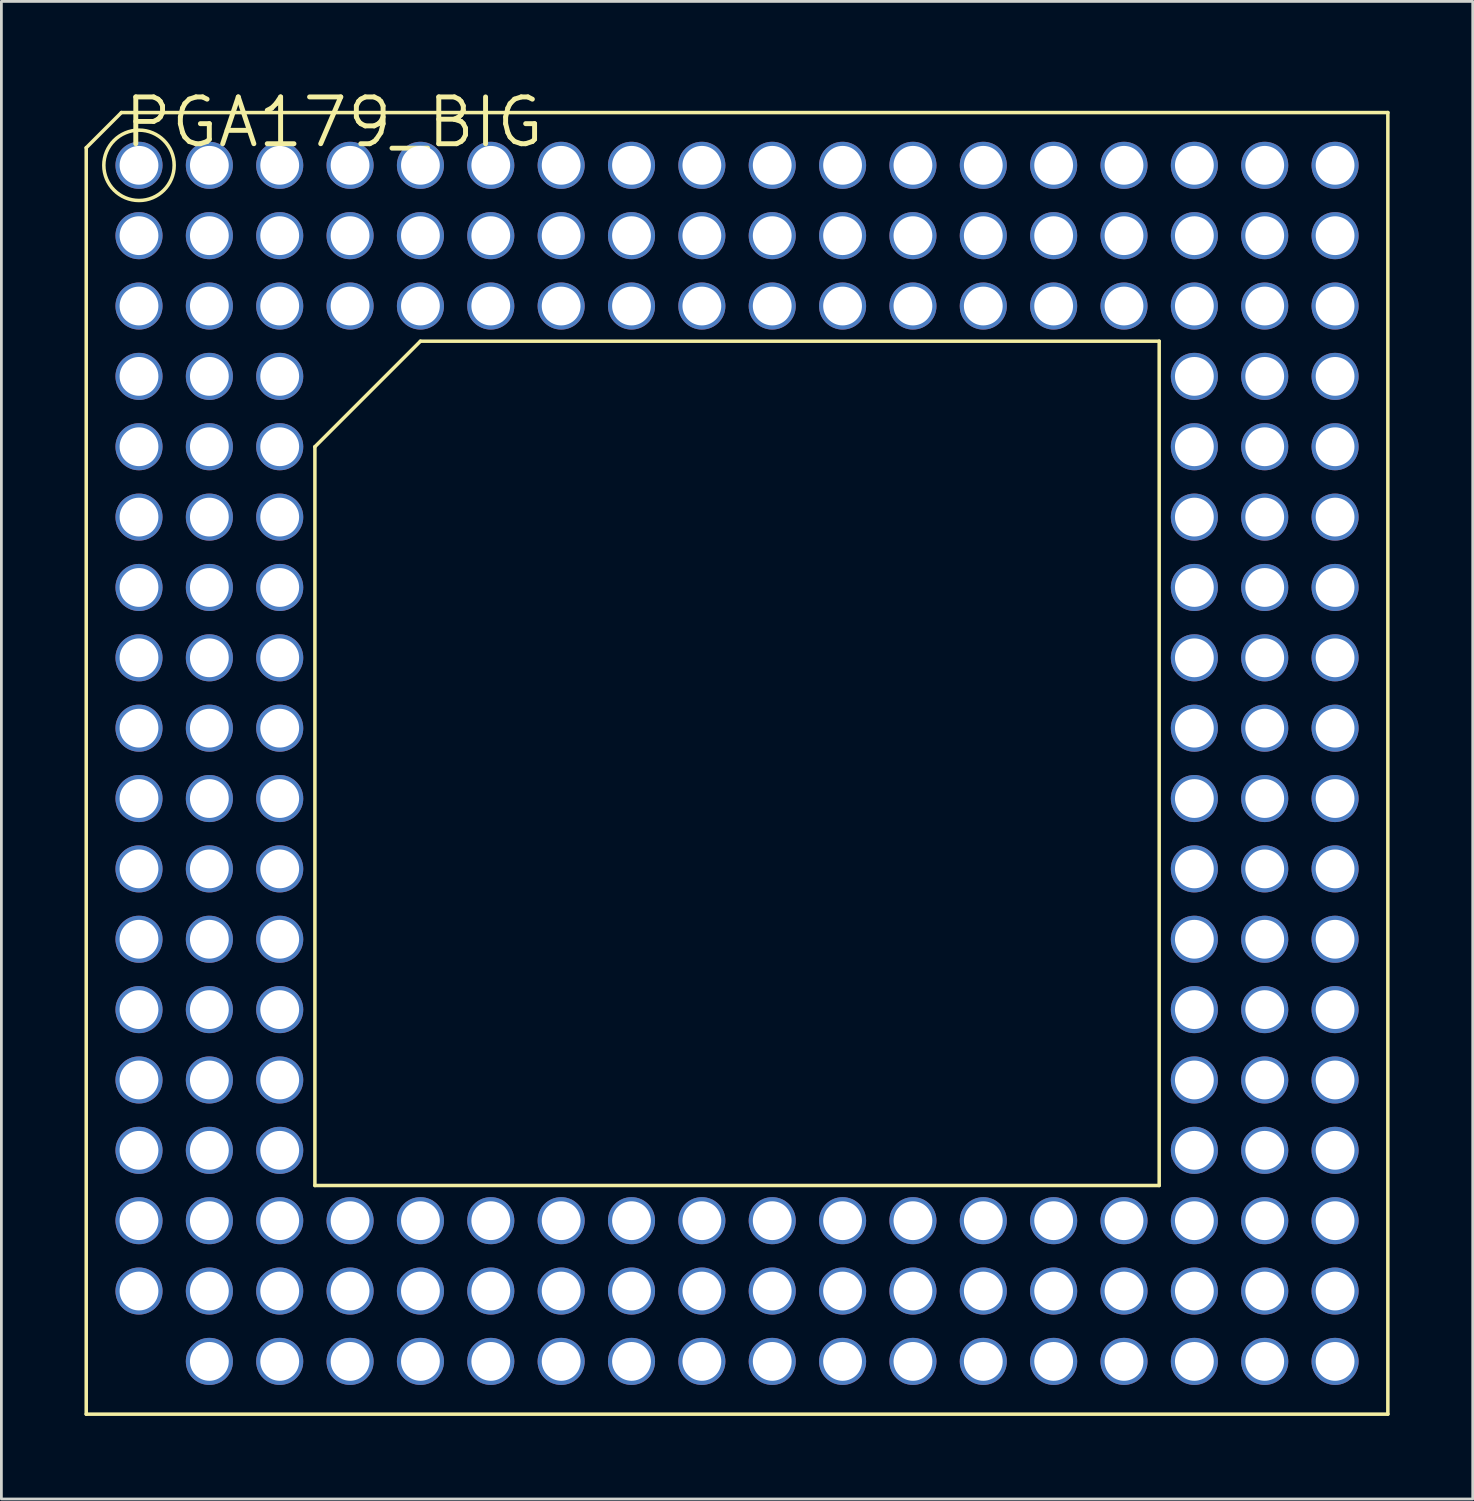
<source format=kicad_pcb>
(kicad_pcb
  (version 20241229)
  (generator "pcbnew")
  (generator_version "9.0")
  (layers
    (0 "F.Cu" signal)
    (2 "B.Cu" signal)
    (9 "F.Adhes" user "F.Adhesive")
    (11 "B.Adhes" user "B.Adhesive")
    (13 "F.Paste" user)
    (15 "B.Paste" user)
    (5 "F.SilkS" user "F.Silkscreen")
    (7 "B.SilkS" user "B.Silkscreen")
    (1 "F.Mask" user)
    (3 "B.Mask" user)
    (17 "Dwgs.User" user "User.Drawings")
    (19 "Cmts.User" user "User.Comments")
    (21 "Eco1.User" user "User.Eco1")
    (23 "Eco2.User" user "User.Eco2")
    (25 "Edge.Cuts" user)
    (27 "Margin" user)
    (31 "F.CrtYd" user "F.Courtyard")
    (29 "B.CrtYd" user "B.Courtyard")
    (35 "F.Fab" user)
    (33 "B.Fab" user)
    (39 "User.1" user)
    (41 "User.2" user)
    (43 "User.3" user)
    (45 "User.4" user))
  (footprint "PGA179_BIG"
    (layer "F.Cu")
    (at 23.558 24.508)
    (property "Reference" "PGA179_BIG" (at -22.225 -24.13 180) (layer "F.SilkS") (effects (font (size 1.689 1.689) (thickness 0.178)) (justify left top)))
    (attr through_hole)
    (fp_line (start -23.495 -22.225) (end -22.225 -23.495) (stroke (width 0.127) (type solid)) (layer "F.SilkS"))
    (fp_line (start -23.495 23.495) (end -23.495 -22.225) (stroke (width 0.127) (type solid)) (layer "F.SilkS"))
    (fp_line (start -22.225 -23.495) (end 23.495 -23.495) (stroke (width 0.127) (type solid)) (layer "F.SilkS"))
    (fp_line (start -15.24 -11.43) (end -15.24 15.24) (stroke (width 0.127) (type solid)) (layer "F.SilkS"))
    (fp_line (start -11.43 -15.24) (end -15.24 -11.43) (stroke (width 0.127) (type solid)) (layer "F.SilkS"))
    (fp_line (start -11.43 -15.24) (end 15.24 -15.24) (stroke (width 0.127) (type solid)) (layer "F.SilkS"))
    (fp_line (start 15.24 15.24) (end -15.24 15.24) (stroke (width 0.127) (type solid)) (layer "F.SilkS"))
    (fp_line (start 15.24 15.24) (end 15.24 -15.24) (stroke (width 0.127) (type solid)) (layer "F.SilkS"))
    (fp_line (start 23.495 -23.495) (end 23.495 23.495) (stroke (width 0.127) (type solid)) (layer "F.SilkS"))
    (fp_line (start 23.495 23.495) (end -23.495 23.495) (stroke (width 0.127) (type solid)) (layer "F.SilkS"))
    (fp_circle (center -21.59 -21.59) (end -20.32 -21.59) (stroke (width 0.127) (type solid)) (fill no) (layer "F.SilkS"))
    (pad "A01" thru_hole circle (at -21.59 -21.59) (size 1.7 1.7) (drill 1.4) (layers "*.Cu" "*.Mask"))
    (pad "A02" thru_hole circle (at -19.05 -21.59) (size 1.7 1.7) (drill 1.4) (layers "*.Cu" "*.Mask"))
    (pad "A03" thru_hole circle (at -16.51 -21.59) (size 1.7 1.7) (drill 1.4) (layers "*.Cu" "*.Mask"))
    (pad "A04" thru_hole circle (at -13.97 -21.59) (size 1.7 1.7) (drill 1.4) (layers "*.Cu" "*.Mask"))
    (pad "A05" thru_hole circle (at -11.43 -21.59) (size 1.7 1.7) (drill 1.4) (layers "*.Cu" "*.Mask"))
    (pad "A06" thru_hole circle (at -8.89 -21.59) (size 1.7 1.7) (drill 1.4) (layers "*.Cu" "*.Mask"))
    (pad "A07" thru_hole circle (at -6.35 -21.59) (size 1.7 1.7) (drill 1.4) (layers "*.Cu" "*.Mask"))
    (pad "A08" thru_hole circle (at -3.81 -21.59) (size 1.7 1.7) (drill 1.4) (layers "*.Cu" "*.Mask"))
    (pad "A09" thru_hole circle (at -1.27 -21.59) (size 1.7 1.7) (drill 1.4) (layers "*.Cu" "*.Mask"))
    (pad "A10" thru_hole circle (at 1.27 -21.59) (size 1.7 1.7) (drill 1.4) (layers "*.Cu" "*.Mask"))
    (pad "A11" thru_hole circle (at 3.81 -21.59) (size 1.7 1.7) (drill 1.4) (layers "*.Cu" "*.Mask"))
    (pad "A12" thru_hole circle (at 6.35 -21.59) (size 1.7 1.7) (drill 1.4) (layers "*.Cu" "*.Mask"))
    (pad "A13" thru_hole circle (at 8.89 -21.59) (size 1.7 1.7) (drill 1.4) (layers "*.Cu" "*.Mask"))
    (pad "A14" thru_hole circle (at 11.43 -21.59) (size 1.7 1.7) (drill 1.4) (layers "*.Cu" "*.Mask"))
    (pad "A15" thru_hole circle (at 13.97 -21.59) (size 1.7 1.7) (drill 1.4) (layers "*.Cu" "*.Mask"))
    (pad "A16" thru_hole circle (at 16.51 -21.59) (size 1.7 1.7) (drill 1.4) (layers "*.Cu" "*.Mask"))
    (pad "A17" thru_hole circle (at 19.05 -21.59) (size 1.7 1.7) (drill 1.4) (layers "*.Cu" "*.Mask"))
    (pad "A18" thru_hole circle (at 21.59 -21.59) (size 1.7 1.7) (drill 1.4) (layers "*.Cu" "*.Mask"))
    (pad "B01" thru_hole circle (at -21.59 -19.05) (size 1.7 1.7) (drill 1.4) (layers "*.Cu" "*.Mask"))
    (pad "B02" thru_hole circle (at -19.05 -19.05) (size 1.7 1.7) (drill 1.4) (layers "*.Cu" "*.Mask"))
    (pad "B03" thru_hole circle (at -16.51 -19.05) (size 1.7 1.7) (drill 1.4) (layers "*.Cu" "*.Mask"))
    (pad "B04" thru_hole circle (at -13.97 -19.05) (size 1.7 1.7) (drill 1.4) (layers "*.Cu" "*.Mask"))
    (pad "B05" thru_hole circle (at -11.43 -19.05) (size 1.7 1.7) (drill 1.4) (layers "*.Cu" "*.Mask"))
    (pad "B06" thru_hole circle (at -8.89 -19.05) (size 1.7 1.7) (drill 1.4) (layers "*.Cu" "*.Mask"))
    (pad "B07" thru_hole circle (at -6.35 -19.05) (size 1.7 1.7) (drill 1.4) (layers "*.Cu" "*.Mask"))
    (pad "B08" thru_hole circle (at -3.81 -19.05) (size 1.7 1.7) (drill 1.4) (layers "*.Cu" "*.Mask"))
    (pad "B09" thru_hole circle (at -1.27 -19.05) (size 1.7 1.7) (drill 1.4) (layers "*.Cu" "*.Mask"))
    (pad "B10" thru_hole circle (at 1.27 -19.05) (size 1.7 1.7) (drill 1.4) (layers "*.Cu" "*.Mask"))
    (pad "B11" thru_hole circle (at 3.81 -19.05) (size 1.7 1.7) (drill 1.4) (layers "*.Cu" "*.Mask"))
    (pad "B12" thru_hole circle (at 6.35 -19.05) (size 1.7 1.7) (drill 1.4) (layers "*.Cu" "*.Mask"))
    (pad "B13" thru_hole circle (at 8.89 -19.05) (size 1.7 1.7) (drill 1.4) (layers "*.Cu" "*.Mask"))
    (pad "B14" thru_hole circle (at 11.43 -19.05) (size 1.7 1.7) (drill 1.4) (layers "*.Cu" "*.Mask"))
    (pad "B15" thru_hole circle (at 13.97 -19.05) (size 1.7 1.7) (drill 1.4) (layers "*.Cu" "*.Mask"))
    (pad "B16" thru_hole circle (at 16.51 -19.05) (size 1.7 1.7) (drill 1.4) (layers "*.Cu" "*.Mask"))
    (pad "B17" thru_hole circle (at 19.05 -19.05) (size 1.7 1.7) (drill 1.4) (layers "*.Cu" "*.Mask"))
    (pad "B18" thru_hole circle (at 21.59 -19.05) (size 1.7 1.7) (drill 1.4) (layers "*.Cu" "*.Mask"))
    (pad "C01" thru_hole circle (at -21.59 -16.51) (size 1.7 1.7) (drill 1.4) (layers "*.Cu" "*.Mask"))
    (pad "C02" thru_hole circle (at -19.05 -16.51) (size 1.7 1.7) (drill 1.4) (layers "*.Cu" "*.Mask"))
    (pad "C03" thru_hole circle (at -16.51 -16.51) (size 1.7 1.7) (drill 1.4) (layers "*.Cu" "*.Mask"))
    (pad "C04" thru_hole circle (at -13.97 -16.51) (size 1.7 1.7) (drill 1.4) (layers "*.Cu" "*.Mask"))
    (pad "C05" thru_hole circle (at -11.43 -16.51) (size 1.7 1.7) (drill 1.4) (layers "*.Cu" "*.Mask"))
    (pad "C06" thru_hole circle (at -8.89 -16.51) (size 1.7 1.7) (drill 1.4) (layers "*.Cu" "*.Mask"))
    (pad "C07" thru_hole circle (at -6.35 -16.51) (size 1.7 1.7) (drill 1.4) (layers "*.Cu" "*.Mask"))
    (pad "C08" thru_hole circle (at -3.81 -16.51) (size 1.7 1.7) (drill 1.4) (layers "*.Cu" "*.Mask"))
    (pad "C09" thru_hole circle (at -1.27 -16.51) (size 1.7 1.7) (drill 1.4) (layers "*.Cu" "*.Mask"))
    (pad "C10" thru_hole circle (at 1.27 -16.51) (size 1.7 1.7) (drill 1.4) (layers "*.Cu" "*.Mask"))
    (pad "C11" thru_hole circle (at 3.81 -16.51) (size 1.7 1.7) (drill 1.4) (layers "*.Cu" "*.Mask"))
    (pad "C12" thru_hole circle (at 6.35 -16.51) (size 1.7 1.7) (drill 1.4) (layers "*.Cu" "*.Mask"))
    (pad "C13" thru_hole circle (at 8.89 -16.51) (size 1.7 1.7) (drill 1.4) (layers "*.Cu" "*.Mask"))
    (pad "C14" thru_hole circle (at 11.43 -16.51) (size 1.7 1.7) (drill 1.4) (layers "*.Cu" "*.Mask"))
    (pad "C15" thru_hole circle (at 13.97 -16.51) (size 1.7 1.7) (drill 1.4) (layers "*.Cu" "*.Mask"))
    (pad "C16" thru_hole circle (at 16.51 -16.51) (size 1.7 1.7) (drill 1.4) (layers "*.Cu" "*.Mask"))
    (pad "C17" thru_hole circle (at 19.05 -16.51) (size 1.7 1.7) (drill 1.4) (layers "*.Cu" "*.Mask"))
    (pad "C18" thru_hole circle (at 21.59 -16.51) (size 1.7 1.7) (drill 1.4) (layers "*.Cu" "*.Mask"))
    (pad "D01" thru_hole circle (at -21.59 -13.97) (size 1.7 1.7) (drill 1.4) (layers "*.Cu" "*.Mask"))
    (pad "D02" thru_hole circle (at -19.05 -13.97) (size 1.7 1.7) (drill 1.4) (layers "*.Cu" "*.Mask"))
    (pad "D03" thru_hole circle (at -16.51 -13.97) (size 1.7 1.7) (drill 1.4) (layers "*.Cu" "*.Mask"))
    (pad "D16" thru_hole circle (at 16.51 -13.97) (size 1.7 1.7) (drill 1.4) (layers "*.Cu" "*.Mask"))
    (pad "D17" thru_hole circle (at 19.05 -13.97) (size 1.7 1.7) (drill 1.4) (layers "*.Cu" "*.Mask"))
    (pad "D18" thru_hole circle (at 21.59 -13.97) (size 1.7 1.7) (drill 1.4) (layers "*.Cu" "*.Mask"))
    (pad "E01" thru_hole circle (at -21.59 -11.43) (size 1.7 1.7) (drill 1.4) (layers "*.Cu" "*.Mask"))
    (pad "E02" thru_hole circle (at -19.05 -11.43) (size 1.7 1.7) (drill 1.4) (layers "*.Cu" "*.Mask"))
    (pad "E03" thru_hole circle (at -16.51 -11.43) (size 1.7 1.7) (drill 1.4) (layers "*.Cu" "*.Mask"))
    (pad "E16" thru_hole circle (at 16.51 -11.43) (size 1.7 1.7) (drill 1.4) (layers "*.Cu" "*.Mask"))
    (pad "E17" thru_hole circle (at 19.05 -11.43) (size 1.7 1.7) (drill 1.4) (layers "*.Cu" "*.Mask"))
    (pad "E18" thru_hole circle (at 21.59 -11.43) (size 1.7 1.7) (drill 1.4) (layers "*.Cu" "*.Mask"))
    (pad "F01" thru_hole circle (at -21.59 -8.89) (size 1.7 1.7) (drill 1.4) (layers "*.Cu" "*.Mask"))
    (pad "F02" thru_hole circle (at -19.05 -8.89) (size 1.7 1.7) (drill 1.4) (layers "*.Cu" "*.Mask"))
    (pad "F03" thru_hole circle (at -16.51 -8.89) (size 1.7 1.7) (drill 1.4) (layers "*.Cu" "*.Mask"))
    (pad "F16" thru_hole circle (at 16.51 -8.89) (size 1.7 1.7) (drill 1.4) (layers "*.Cu" "*.Mask"))
    (pad "F17" thru_hole circle (at 19.05 -8.89) (size 1.7 1.7) (drill 1.4) (layers "*.Cu" "*.Mask"))
    (pad "F18" thru_hole circle (at 21.59 -8.89) (size 1.7 1.7) (drill 1.4) (layers "*.Cu" "*.Mask"))
    (pad "G01" thru_hole circle (at -21.59 -6.35) (size 1.7 1.7) (drill 1.4) (layers "*.Cu" "*.Mask"))
    (pad "G02" thru_hole circle (at -19.05 -6.35) (size 1.7 1.7) (drill 1.4) (layers "*.Cu" "*.Mask"))
    (pad "G03" thru_hole circle (at -16.51 -6.35) (size 1.7 1.7) (drill 1.4) (layers "*.Cu" "*.Mask"))
    (pad "G16" thru_hole circle (at 16.51 -6.35) (size 1.7 1.7) (drill 1.4) (layers "*.Cu" "*.Mask"))
    (pad "G17" thru_hole circle (at 19.05 -6.35) (size 1.7 1.7) (drill 1.4) (layers "*.Cu" "*.Mask"))
    (pad "G18" thru_hole circle (at 21.59 -6.35) (size 1.7 1.7) (drill 1.4) (layers "*.Cu" "*.Mask"))
    (pad "H01" thru_hole circle (at -21.59 -3.81) (size 1.7 1.7) (drill 1.4) (layers "*.Cu" "*.Mask"))
    (pad "H02" thru_hole circle (at -19.05 -3.81) (size 1.7 1.7) (drill 1.4) (layers "*.Cu" "*.Mask"))
    (pad "H03" thru_hole circle (at -16.51 -3.81) (size 1.7 1.7) (drill 1.4) (layers "*.Cu" "*.Mask"))
    (pad "H16" thru_hole circle (at 16.51 -3.81) (size 1.7 1.7) (drill 1.4) (layers "*.Cu" "*.Mask"))
    (pad "H17" thru_hole circle (at 19.05 -3.81) (size 1.7 1.7) (drill 1.4) (layers "*.Cu" "*.Mask"))
    (pad "H18" thru_hole circle (at 21.59 -3.81) (size 1.7 1.7) (drill 1.4) (layers "*.Cu" "*.Mask"))
    (pad "J01" thru_hole circle (at -21.59 -1.27) (size 1.7 1.7) (drill 1.4) (layers "*.Cu" "*.Mask"))
    (pad "J02" thru_hole circle (at -19.05 -1.27) (size 1.7 1.7) (drill 1.4) (layers "*.Cu" "*.Mask"))
    (pad "J03" thru_hole circle (at -16.51 -1.27) (size 1.7 1.7) (drill 1.4) (layers "*.Cu" "*.Mask"))
    (pad "J16" thru_hole circle (at 16.51 -1.27) (size 1.7 1.7) (drill 1.4) (layers "*.Cu" "*.Mask"))
    (pad "J17" thru_hole circle (at 19.05 -1.27) (size 1.7 1.7) (drill 1.4) (layers "*.Cu" "*.Mask"))
    (pad "J18" thru_hole circle (at 21.59 -1.27) (size 1.7 1.7) (drill 1.4) (layers "*.Cu" "*.Mask"))
    (pad "K01" thru_hole circle (at -21.59 1.27) (size 1.7 1.7) (drill 1.4) (layers "*.Cu" "*.Mask"))
    (pad "K02" thru_hole circle (at -19.05 1.27) (size 1.7 1.7) (drill 1.4) (layers "*.Cu" "*.Mask"))
    (pad "K03" thru_hole circle (at -16.51 1.27) (size 1.7 1.7) (drill 1.4) (layers "*.Cu" "*.Mask"))
    (pad "K16" thru_hole circle (at 16.51 1.27) (size 1.7 1.7) (drill 1.4) (layers "*.Cu" "*.Mask"))
    (pad "K17" thru_hole circle (at 19.05 1.27) (size 1.7 1.7) (drill 1.4) (layers "*.Cu" "*.Mask"))
    (pad "K18" thru_hole circle (at 21.59 1.27) (size 1.7 1.7) (drill 1.4) (layers "*.Cu" "*.Mask"))
    (pad "L01" thru_hole circle (at -21.59 3.81) (size 1.7 1.7) (drill 1.4) (layers "*.Cu" "*.Mask"))
    (pad "L02" thru_hole circle (at -19.05 3.81) (size 1.7 1.7) (drill 1.4) (layers "*.Cu" "*.Mask"))
    (pad "L03" thru_hole circle (at -16.51 3.81) (size 1.7 1.7) (drill 1.4) (layers "*.Cu" "*.Mask"))
    (pad "L16" thru_hole circle (at 16.51 3.81) (size 1.7 1.7) (drill 1.4) (layers "*.Cu" "*.Mask"))
    (pad "L17" thru_hole circle (at 19.05 3.81) (size 1.7 1.7) (drill 1.4) (layers "*.Cu" "*.Mask"))
    (pad "L18" thru_hole circle (at 21.59 3.81) (size 1.7 1.7) (drill 1.4) (layers "*.Cu" "*.Mask"))
    (pad "M01" thru_hole circle (at -21.59 6.35) (size 1.7 1.7) (drill 1.4) (layers "*.Cu" "*.Mask"))
    (pad "M02" thru_hole circle (at -19.05 6.35) (size 1.7 1.7) (drill 1.4) (layers "*.Cu" "*.Mask"))
    (pad "M03" thru_hole circle (at -16.51 6.35) (size 1.7 1.7) (drill 1.4) (layers "*.Cu" "*.Mask"))
    (pad "M16" thru_hole circle (at 16.51 6.35) (size 1.7 1.7) (drill 1.4) (layers "*.Cu" "*.Mask"))
    (pad "M17" thru_hole circle (at 19.05 6.35) (size 1.7 1.7) (drill 1.4) (layers "*.Cu" "*.Mask"))
    (pad "M18" thru_hole circle (at 21.59 6.35) (size 1.7 1.7) (drill 1.4) (layers "*.Cu" "*.Mask"))
    (pad "N01" thru_hole circle (at -21.59 8.89) (size 1.7 1.7) (drill 1.4) (layers "*.Cu" "*.Mask"))
    (pad "N02" thru_hole circle (at -19.05 8.89) (size 1.7 1.7) (drill 1.4) (layers "*.Cu" "*.Mask"))
    (pad "N03" thru_hole circle (at -16.51 8.89) (size 1.7 1.7) (drill 1.4) (layers "*.Cu" "*.Mask"))
    (pad "N16" thru_hole circle (at 16.51 8.89) (size 1.7 1.7) (drill 1.4) (layers "*.Cu" "*.Mask"))
    (pad "N17" thru_hole circle (at 19.05 8.89) (size 1.7 1.7) (drill 1.4) (layers "*.Cu" "*.Mask"))
    (pad "N18" thru_hole circle (at 21.59 8.89) (size 1.7 1.7) (drill 1.4) (layers "*.Cu" "*.Mask"))
    (pad "P01" thru_hole circle (at -21.59 11.43) (size 1.7 1.7) (drill 1.4) (layers "*.Cu" "*.Mask"))
    (pad "P02" thru_hole circle (at -19.05 11.43) (size 1.7 1.7) (drill 1.4) (layers "*.Cu" "*.Mask"))
    (pad "P03" thru_hole circle (at -16.51 11.43) (size 1.7 1.7) (drill 1.4) (layers "*.Cu" "*.Mask"))
    (pad "P16" thru_hole circle (at 16.51 11.43) (size 1.7 1.7) (drill 1.4) (layers "*.Cu" "*.Mask"))
    (pad "P17" thru_hole circle (at 19.05 11.43) (size 1.7 1.7) (drill 1.4) (layers "*.Cu" "*.Mask"))
    (pad "P18" thru_hole circle (at 21.59 11.43) (size 1.7 1.7) (drill 1.4) (layers "*.Cu" "*.Mask"))
    (pad "Q01" thru_hole circle (at -21.59 13.97) (size 1.7 1.7) (drill 1.4) (layers "*.Cu" "*.Mask"))
    (pad "Q02" thru_hole circle (at -19.05 13.97) (size 1.7 1.7) (drill 1.4) (layers "*.Cu" "*.Mask"))
    (pad "Q03" thru_hole circle (at -16.51 13.97) (size 1.7 1.7) (drill 1.4) (layers "*.Cu" "*.Mask"))
    (pad "Q16" thru_hole circle (at 16.51 13.97) (size 1.7 1.7) (drill 1.4) (layers "*.Cu" "*.Mask"))
    (pad "Q17" thru_hole circle (at 19.05 13.97) (size 1.7 1.7) (drill 1.4) (layers "*.Cu" "*.Mask"))
    (pad "Q18" thru_hole circle (at 21.59 13.97) (size 1.7 1.7) (drill 1.4) (layers "*.Cu" "*.Mask"))
    (pad "R01" thru_hole circle (at -21.59 16.51) (size 1.7 1.7) (drill 1.4) (layers "*.Cu" "*.Mask"))
    (pad "R02" thru_hole circle (at -19.05 16.51) (size 1.7 1.7) (drill 1.4) (layers "*.Cu" "*.Mask"))
    (pad "R03" thru_hole circle (at -16.51 16.51) (size 1.7 1.7) (drill 1.4) (layers "*.Cu" "*.Mask"))
    (pad "R04" thru_hole circle (at -13.97 16.51) (size 1.7 1.7) (drill 1.4) (layers "*.Cu" "*.Mask"))
    (pad "R05" thru_hole circle (at -11.43 16.51) (size 1.7 1.7) (drill 1.4) (layers "*.Cu" "*.Mask"))
    (pad "R06" thru_hole circle (at -8.89 16.51) (size 1.7 1.7) (drill 1.4) (layers "*.Cu" "*.Mask"))
    (pad "R07" thru_hole circle (at -6.35 16.51) (size 1.7 1.7) (drill 1.4) (layers "*.Cu" "*.Mask"))
    (pad "R08" thru_hole circle (at -3.81 16.51) (size 1.7 1.7) (drill 1.4) (layers "*.Cu" "*.Mask"))
    (pad "R09" thru_hole circle (at -1.27 16.51) (size 1.7 1.7) (drill 1.4) (layers "*.Cu" "*.Mask"))
    (pad "R10" thru_hole circle (at 1.27 16.51) (size 1.7 1.7) (drill 1.4) (layers "*.Cu" "*.Mask"))
    (pad "R11" thru_hole circle (at 3.81 16.51) (size 1.7 1.7) (drill 1.4) (layers "*.Cu" "*.Mask"))
    (pad "R12" thru_hole circle (at 6.35 16.51) (size 1.7 1.7) (drill 1.4) (layers "*.Cu" "*.Mask"))
    (pad "R13" thru_hole circle (at 8.89 16.51) (size 1.7 1.7) (drill 1.4) (layers "*.Cu" "*.Mask"))
    (pad "R14" thru_hole circle (at 11.43 16.51) (size 1.7 1.7) (drill 1.4) (layers "*.Cu" "*.Mask"))
    (pad "R15" thru_hole circle (at 13.97 16.51) (size 1.7 1.7) (drill 1.4) (layers "*.Cu" "*.Mask"))
    (pad "R16" thru_hole circle (at 16.51 16.51) (size 1.7 1.7) (drill 1.4) (layers "*.Cu" "*.Mask"))
    (pad "R17" thru_hole circle (at 19.05 16.51) (size 1.7 1.7) (drill 1.4) (layers "*.Cu" "*.Mask"))
    (pad "R18" thru_hole circle (at 21.59 16.51) (size 1.7 1.7) (drill 1.4) (layers "*.Cu" "*.Mask"))
    (pad "S01" thru_hole circle (at -21.59 19.05) (size 1.7 1.7) (drill 1.4) (layers "*.Cu" "*.Mask"))
    (pad "S02" thru_hole circle (at -19.05 19.05) (size 1.7 1.7) (drill 1.4) (layers "*.Cu" "*.Mask"))
    (pad "S03" thru_hole circle (at -16.51 19.05) (size 1.7 1.7) (drill 1.4) (layers "*.Cu" "*.Mask"))
    (pad "S04" thru_hole circle (at -13.97 19.05) (size 1.7 1.7) (drill 1.4) (layers "*.Cu" "*.Mask"))
    (pad "S05" thru_hole circle (at -11.43 19.05) (size 1.7 1.7) (drill 1.4) (layers "*.Cu" "*.Mask"))
    (pad "S06" thru_hole circle (at -8.89 19.05) (size 1.7 1.7) (drill 1.4) (layers "*.Cu" "*.Mask"))
    (pad "S07" thru_hole circle (at -6.35 19.05) (size 1.7 1.7) (drill 1.4) (layers "*.Cu" "*.Mask"))
    (pad "S08" thru_hole circle (at -3.81 19.05) (size 1.7 1.7) (drill 1.4) (layers "*.Cu" "*.Mask"))
    (pad "S09" thru_hole circle (at -1.27 19.05) (size 1.7 1.7) (drill 1.4) (layers "*.Cu" "*.Mask"))
    (pad "S10" thru_hole circle (at 1.27 19.05) (size 1.7 1.7) (drill 1.4) (layers "*.Cu" "*.Mask"))
    (pad "S11" thru_hole circle (at 3.81 19.05) (size 1.7 1.7) (drill 1.4) (layers "*.Cu" "*.Mask"))
    (pad "S12" thru_hole circle (at 6.35 19.05) (size 1.7 1.7) (drill 1.4) (layers "*.Cu" "*.Mask"))
    (pad "S13" thru_hole circle (at 8.89 19.05) (size 1.7 1.7) (drill 1.4) (layers "*.Cu" "*.Mask"))
    (pad "S14" thru_hole circle (at 11.43 19.05) (size 1.7 1.7) (drill 1.4) (layers "*.Cu" "*.Mask"))
    (pad "S15" thru_hole circle (at 13.97 19.05) (size 1.7 1.7) (drill 1.4) (layers "*.Cu" "*.Mask"))
    (pad "S16" thru_hole circle (at 16.51 19.05) (size 1.7 1.7) (drill 1.4) (layers "*.Cu" "*.Mask"))
    (pad "S17" thru_hole circle (at 19.05 19.05) (size 1.7 1.7) (drill 1.4) (layers "*.Cu" "*.Mask"))
    (pad "S18" thru_hole circle (at 21.59 19.05) (size 1.7 1.7) (drill 1.4) (layers "*.Cu" "*.Mask"))
    (pad "T02" thru_hole circle (at -19.05 21.59) (size 1.7 1.7) (drill 1.4) (layers "*.Cu" "*.Mask"))
    (pad "T03" thru_hole circle (at -16.51 21.59) (size 1.7 1.7) (drill 1.4) (layers "*.Cu" "*.Mask"))
    (pad "T04" thru_hole circle (at -13.97 21.59) (size 1.7 1.7) (drill 1.4) (layers "*.Cu" "*.Mask"))
    (pad "T05" thru_hole circle (at -11.43 21.59) (size 1.7 1.7) (drill 1.4) (layers "*.Cu" "*.Mask"))
    (pad "T06" thru_hole circle (at -8.89 21.59) (size 1.7 1.7) (drill 1.4) (layers "*.Cu" "*.Mask"))
    (pad "T07" thru_hole circle (at -6.35 21.59) (size 1.7 1.7) (drill 1.4) (layers "*.Cu" "*.Mask"))
    (pad "T08" thru_hole circle (at -3.81 21.59) (size 1.7 1.7) (drill 1.4) (layers "*.Cu" "*.Mask"))
    (pad "T09" thru_hole circle (at -1.27 21.59) (size 1.7 1.7) (drill 1.4) (layers "*.Cu" "*.Mask"))
    (pad "T10" thru_hole circle (at 1.27 21.59) (size 1.7 1.7) (drill 1.4) (layers "*.Cu" "*.Mask"))
    (pad "T11" thru_hole circle (at 3.81 21.59) (size 1.7 1.7) (drill 1.4) (layers "*.Cu" "*.Mask"))
    (pad "T12" thru_hole circle (at 6.35 21.59) (size 1.7 1.7) (drill 1.4) (layers "*.Cu" "*.Mask"))
    (pad "T13" thru_hole circle (at 8.89 21.59) (size 1.7 1.7) (drill 1.4) (layers "*.Cu" "*.Mask"))
    (pad "T14" thru_hole circle (at 11.43 21.59) (size 1.7 1.7) (drill 1.4) (layers "*.Cu" "*.Mask"))
    (pad "T15" thru_hole circle (at 13.97 21.59) (size 1.7 1.7) (drill 1.4) (layers "*.Cu" "*.Mask"))
    (pad "T16" thru_hole circle (at 16.51 21.59) (size 1.7 1.7) (drill 1.4) (layers "*.Cu" "*.Mask"))
    (pad "T17" thru_hole circle (at 19.05 21.59) (size 1.7 1.7) (drill 1.4) (layers "*.Cu" "*.Mask"))
    (pad "T18" thru_hole circle (at 21.59 21.59) (size 1.7 1.7) (drill 1.4) (layers "*.Cu" "*.Mask")))
  (gr_rect
    (start -3 -3)
    (end 50.117 51.066)
    (stroke (width 0.1) (type default))
    (fill no)
    (layer "Edge.Cuts")))
</source>
